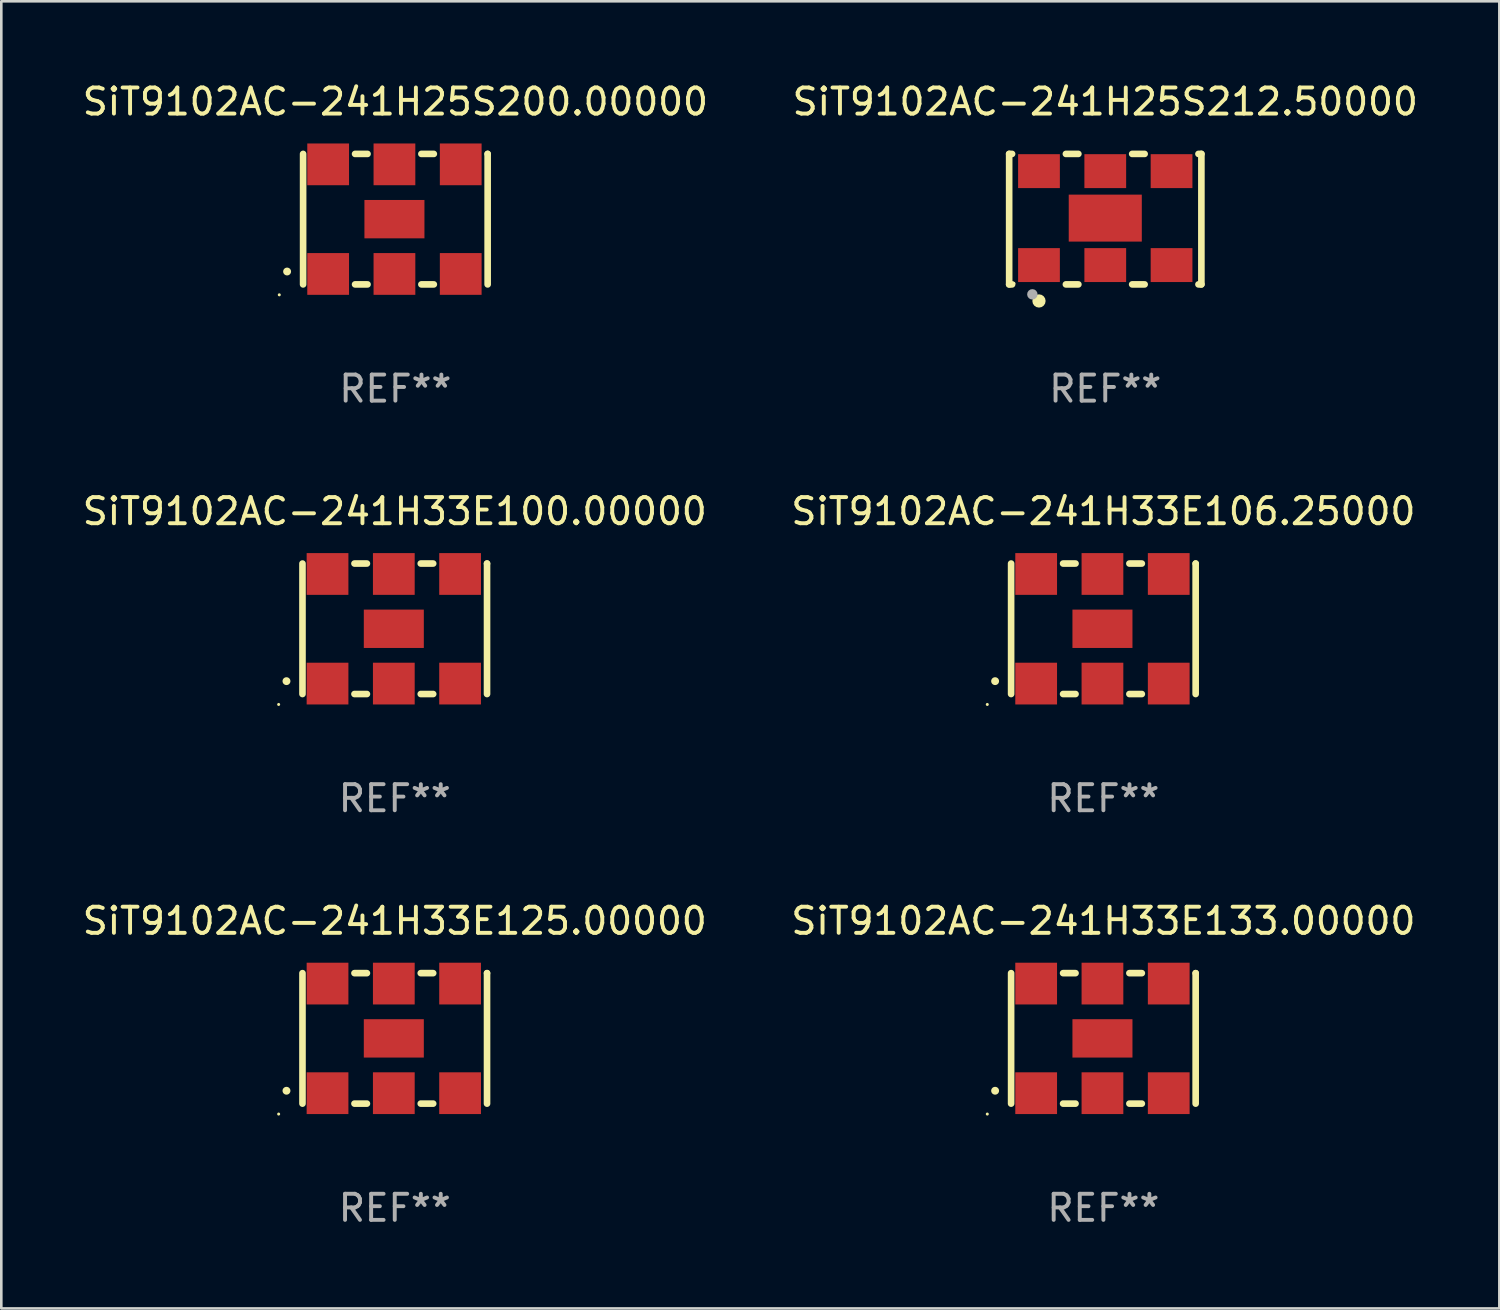
<source format=kicad_pcb>
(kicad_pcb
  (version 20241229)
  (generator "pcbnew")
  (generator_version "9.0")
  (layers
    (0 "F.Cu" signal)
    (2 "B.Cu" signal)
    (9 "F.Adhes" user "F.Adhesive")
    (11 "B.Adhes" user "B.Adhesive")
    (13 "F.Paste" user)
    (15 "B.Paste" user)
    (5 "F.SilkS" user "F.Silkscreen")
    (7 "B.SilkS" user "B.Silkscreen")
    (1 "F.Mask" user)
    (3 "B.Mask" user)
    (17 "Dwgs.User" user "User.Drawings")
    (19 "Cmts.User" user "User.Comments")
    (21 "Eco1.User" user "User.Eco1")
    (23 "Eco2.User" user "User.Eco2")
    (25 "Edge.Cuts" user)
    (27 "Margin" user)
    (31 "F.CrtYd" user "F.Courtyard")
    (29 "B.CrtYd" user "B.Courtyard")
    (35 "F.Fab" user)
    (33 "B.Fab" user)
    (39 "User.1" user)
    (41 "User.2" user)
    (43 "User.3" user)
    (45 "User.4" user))
  (footprint "SiT9102AC-241H25S212.50000"
    (layer "F.Cu")
    (at 39.304 5.348)
    (property "Reference" "SiT9102AC-241H25S212.50000" (at 0 -4.5 0) (layer "F.SilkS") (effects (font (size 1 1) (thickness 0.15))))
    (attr through_hole)
    (fp_line (start -3.683 -2.5) (end -3.571 -2.5) (stroke (width 0.254) (type solid)) (layer "F.SilkS"))
    (fp_line (start -3.683 2.5) (end -3.683 -2.5) (stroke (width 0.254) (type solid)) (layer "F.SilkS"))
    (fp_line (start -3.683 2.5) (end -3.571 2.5) (stroke (width 0.254) (type solid)) (layer "F.SilkS"))
    (fp_line (start -1.509 -2.5) (end -1.031 -2.5) (stroke (width 0.254) (type solid)) (layer "F.SilkS"))
    (fp_line (start -1.509 2.5) (end -1.031 2.5) (stroke (width 0.254) (type solid)) (layer "F.SilkS"))
    (fp_line (start 1.031 -2.5) (end 1.509 -2.5) (stroke (width 0.254) (type solid)) (layer "F.SilkS"))
    (fp_line (start 1.031 2.5) (end 1.509 2.5) (stroke (width 0.254) (type solid)) (layer "F.SilkS"))
    (fp_line (start 3.571 -2.5) (end 3.683 -2.5) (stroke (width 0.254) (type solid)) (layer "F.SilkS"))
    (fp_line (start 3.571 2.5) (end 3.683 2.5) (stroke (width 0.254) (type solid)) (layer "F.SilkS"))
    (fp_line (start 3.683 2.5) (end 3.683 -2.5) (stroke (width 0.254) (type solid)) (layer "F.SilkS"))
    (fp_circle (center -3.5 2.46) (end -3.47 2.46) (stroke (width 0.06) (type solid)) (fill no) (layer "F.SilkS"))
    (fp_circle (center -2.54 3.135) (end -2.413 3.135) (stroke (width 0.254) (type solid)) (fill no) (layer "F.SilkS"))
    (fp_circle (center -2.794 2.881) (end -2.694 2.881) (stroke (width 0.2) (type solid)) (fill no) (layer "F.Fab"))
    (fp_text user "REF**" (at 0 6.5 0) (layer "F.Fab") (effects (font (size 1 1) (thickness 0.15))))
    (pad "1" smd rect (at -2.54 1.76) (size 1.6 1.3) (layers "F.Cu" "F.Mask" "F.Paste"))
    (pad "2" smd rect (at 0 1.76) (size 1.6 1.3) (layers "F.Cu" "F.Mask" "F.Paste"))
    (pad "3" smd rect (at 2.54 1.76) (size 1.6 1.3) (layers "F.Cu" "F.Mask" "F.Paste"))
    (pad "4" smd rect (at 2.54 -1.84) (size 1.6 1.3) (layers "F.Cu" "F.Mask" "F.Paste"))
    (pad "5" smd rect (at 0 -1.84) (size 1.6 1.3) (layers "F.Cu" "F.Mask" "F.Paste"))
    (pad "6" smd rect (at -2.54 -1.84) (size 1.6 1.3) (layers "F.Cu" "F.Mask" "F.Paste"))
    (pad "7" smd rect (at 0 -0.04) (size 2.8 1.8) (layers "F.Cu" "F.Mask" "F.Paste")))
  (footprint "SiT9102AC-241H33E125.00000"
    (layer "F.Cu")
    (at 12.077 36.741)
    (property "Reference" "SiT9102AC-241H33E125.00000" (at 0 -4.5 0) (layer "F.SilkS") (effects (font (size 1 1) (thickness 0.15))))
    (attr through_hole)
    (fp_line (start -3.536 -2.5) (end -3.536 2.5) (stroke (width 0.254) (type solid)) (layer "F.SilkS"))
    (fp_line (start -1.544 2.5) (end -1.067 2.5) (stroke (width 0.254) (type solid)) (layer "F.SilkS"))
    (fp_line (start -1.067 -2.5) (end -1.544 -2.5) (stroke (width 0.254) (type solid)) (layer "F.SilkS"))
    (fp_line (start 0.996 2.5) (end 1.473 2.5) (stroke (width 0.254) (type solid)) (layer "F.SilkS"))
    (fp_line (start 1.473 -2.5) (end 0.996 -2.5) (stroke (width 0.254) (type solid)) (layer "F.SilkS"))
    (fp_line (start 3.536 -2.5) (end 3.536 -2.5) (stroke (width 0.254) (type solid)) (layer "F.SilkS"))
    (fp_line (start 3.536 2.5) (end 3.536 -2.5) (stroke (width 0.254) (type solid)) (layer "F.SilkS"))
    (fp_arc (start -4.150432 2.006604) (mid -4.149162 2.006599) (end -4.147892 2.006604) (stroke (width 0.3) (type solid)) (layer "F.SilkS"))
    (fp_circle (center -4.449 2.9) (end -4.419 2.9) (stroke (width 0.06) (type solid)) (fill no) (layer "F.SilkS"))
    (fp_text user "REF**" (at 0 6.5 0) (layer "F.Fab") (effects (font (size 1 1) (thickness 0.15))))
    (pad "1" smd rect (at -2.576 2.1) (size 1.6 1.6) (layers "F.Cu" "F.Mask" "F.Paste"))
    (pad "2" smd rect (at -0.036 2.1) (size 1.6 1.6) (layers "F.Cu" "F.Mask" "F.Paste"))
    (pad "3" smd rect (at 2.504 2.1) (size 1.6 1.6) (layers "F.Cu" "F.Mask" "F.Paste"))
    (pad "4" smd rect (at 2.504 -2.1) (size 1.6 1.6) (layers "F.Cu" "F.Mask" "F.Paste"))
    (pad "5" smd rect (at -0.036 -2.1) (size 1.6 1.6) (layers "F.Cu" "F.Mask" "F.Paste"))
    (pad "6" smd rect (at -2.576 -2.1) (size 1.6 1.6) (layers "F.Cu" "F.Mask" "F.Paste"))
    (pad "7" smd rect (at -0.036 0) (size 2.3 1.47) (layers "F.Cu" "F.Mask" "F.Paste")))
  (footprint "SiT9102AC-241H25S200.00000"
    (layer "F.Cu")
    (at 12.101 5.348)
    (property "Reference" "SiT9102AC-241H25S200.00000" (at 0 -4.5 0) (layer "F.SilkS") (effects (font (size 1 1) (thickness 0.15))))
    (attr through_hole)
    (fp_line (start -3.536 -2.5) (end -3.536 2.5) (stroke (width 0.254) (type solid)) (layer "F.SilkS"))
    (fp_line (start -1.544 2.5) (end -1.067 2.5) (stroke (width 0.254) (type solid)) (layer "F.SilkS"))
    (fp_line (start -1.067 -2.5) (end -1.544 -2.5) (stroke (width 0.254) (type solid)) (layer "F.SilkS"))
    (fp_line (start 0.996 2.5) (end 1.473 2.5) (stroke (width 0.254) (type solid)) (layer "F.SilkS"))
    (fp_line (start 1.473 -2.5) (end 0.996 -2.5) (stroke (width 0.254) (type solid)) (layer "F.SilkS"))
    (fp_line (start 3.536 -2.5) (end 3.536 -2.5) (stroke (width 0.254) (type solid)) (layer "F.SilkS"))
    (fp_line (start 3.536 2.5) (end 3.536 -2.5) (stroke (width 0.254) (type solid)) (layer "F.SilkS"))
    (fp_arc (start -4.150432 2.006604) (mid -4.149162 2.006599) (end -4.147892 2.006604) (stroke (width 0.3) (type solid)) (layer "F.SilkS"))
    (fp_circle (center -4.449 2.9) (end -4.419 2.9) (stroke (width 0.06) (type solid)) (fill no) (layer "F.SilkS"))
    (fp_text user "REF**" (at 0 6.5 0) (layer "F.Fab") (effects (font (size 1 1) (thickness 0.15))))
    (pad "1" smd rect (at -2.576 2.1) (size 1.6 1.6) (layers "F.Cu" "F.Mask" "F.Paste"))
    (pad "2" smd rect (at -0.036 2.1) (size 1.6 1.6) (layers "F.Cu" "F.Mask" "F.Paste"))
    (pad "3" smd rect (at 2.504 2.1) (size 1.6 1.6) (layers "F.Cu" "F.Mask" "F.Paste"))
    (pad "4" smd rect (at 2.504 -2.1) (size 1.6 1.6) (layers "F.Cu" "F.Mask" "F.Paste"))
    (pad "5" smd rect (at -0.036 -2.1) (size 1.6 1.6) (layers "F.Cu" "F.Mask" "F.Paste"))
    (pad "6" smd rect (at -2.576 -2.1) (size 1.6 1.6) (layers "F.Cu" "F.Mask" "F.Paste"))
    (pad "7" smd rect (at -0.036 0) (size 2.3 1.47) (layers "F.Cu" "F.Mask" "F.Paste")))
  (footprint "SiT9102AC-241H33E133.00000"
    (layer "F.Cu")
    (at 39.232 36.741)
    (property "Reference" "SiT9102AC-241H33E133.00000" (at 0 -4.5 0) (layer "F.SilkS") (effects (font (size 1 1) (thickness 0.15))))
    (attr through_hole)
    (fp_line (start -3.536 -2.5) (end -3.536 2.5) (stroke (width 0.254) (type solid)) (layer "F.SilkS"))
    (fp_line (start -1.544 2.5) (end -1.067 2.5) (stroke (width 0.254) (type solid)) (layer "F.SilkS"))
    (fp_line (start -1.067 -2.5) (end -1.544 -2.5) (stroke (width 0.254) (type solid)) (layer "F.SilkS"))
    (fp_line (start 0.996 2.5) (end 1.473 2.5) (stroke (width 0.254) (type solid)) (layer "F.SilkS"))
    (fp_line (start 1.473 -2.5) (end 0.996 -2.5) (stroke (width 0.254) (type solid)) (layer "F.SilkS"))
    (fp_line (start 3.536 -2.5) (end 3.536 -2.5) (stroke (width 0.254) (type solid)) (layer "F.SilkS"))
    (fp_line (start 3.536 2.5) (end 3.536 -2.5) (stroke (width 0.254) (type solid)) (layer "F.SilkS"))
    (fp_arc (start -4.150432 2.006604) (mid -4.149162 2.006599) (end -4.147892 2.006604) (stroke (width 0.3) (type solid)) (layer "F.SilkS"))
    (fp_circle (center -4.449 2.9) (end -4.419 2.9) (stroke (width 0.06) (type solid)) (fill no) (layer "F.SilkS"))
    (fp_text user "REF**" (at 0 6.5 0) (layer "F.Fab") (effects (font (size 1 1) (thickness 0.15))))
    (pad "1" smd rect (at -2.576 2.1) (size 1.6 1.6) (layers "F.Cu" "F.Mask" "F.Paste"))
    (pad "2" smd rect (at -0.036 2.1) (size 1.6 1.6) (layers "F.Cu" "F.Mask" "F.Paste"))
    (pad "3" smd rect (at 2.504 2.1) (size 1.6 1.6) (layers "F.Cu" "F.Mask" "F.Paste"))
    (pad "4" smd rect (at 2.504 -2.1) (size 1.6 1.6) (layers "F.Cu" "F.Mask" "F.Paste"))
    (pad "5" smd rect (at -0.036 -2.1) (size 1.6 1.6) (layers "F.Cu" "F.Mask" "F.Paste"))
    (pad "6" smd rect (at -2.576 -2.1) (size 1.6 1.6) (layers "F.Cu" "F.Mask" "F.Paste"))
    (pad "7" smd rect (at -0.036 0) (size 2.3 1.47) (layers "F.Cu" "F.Mask" "F.Paste")))
  (footprint "SiT9102AC-241H33E106.25000"
    (layer "F.Cu")
    (at 39.232 21.045)
    (property "Reference" "SiT9102AC-241H33E106.25000" (at 0 -4.5 0) (layer "F.SilkS") (effects (font (size 1 1) (thickness 0.15))))
    (attr through_hole)
    (fp_line (start -3.536 -2.5) (end -3.536 2.5) (stroke (width 0.254) (type solid)) (layer "F.SilkS"))
    (fp_line (start -1.544 2.5) (end -1.067 2.5) (stroke (width 0.254) (type solid)) (layer "F.SilkS"))
    (fp_line (start -1.067 -2.5) (end -1.544 -2.5) (stroke (width 0.254) (type solid)) (layer "F.SilkS"))
    (fp_line (start 0.996 2.5) (end 1.473 2.5) (stroke (width 0.254) (type solid)) (layer "F.SilkS"))
    (fp_line (start 1.473 -2.5) (end 0.996 -2.5) (stroke (width 0.254) (type solid)) (layer "F.SilkS"))
    (fp_line (start 3.536 -2.5) (end 3.536 -2.5) (stroke (width 0.254) (type solid)) (layer "F.SilkS"))
    (fp_line (start 3.536 2.5) (end 3.536 -2.5) (stroke (width 0.254) (type solid)) (layer "F.SilkS"))
    (fp_arc (start -4.150432 2.006604) (mid -4.149162 2.006599) (end -4.147892 2.006604) (stroke (width 0.3) (type solid)) (layer "F.SilkS"))
    (fp_circle (center -4.449 2.9) (end -4.419 2.9) (stroke (width 0.06) (type solid)) (fill no) (layer "F.SilkS"))
    (fp_text user "REF**" (at 0 6.5 0) (layer "F.Fab") (effects (font (size 1 1) (thickness 0.15))))
    (pad "1" smd rect (at -2.576 2.1) (size 1.6 1.6) (layers "F.Cu" "F.Mask" "F.Paste"))
    (pad "2" smd rect (at -0.036 2.1) (size 1.6 1.6) (layers "F.Cu" "F.Mask" "F.Paste"))
    (pad "3" smd rect (at 2.504 2.1) (size 1.6 1.6) (layers "F.Cu" "F.Mask" "F.Paste"))
    (pad "4" smd rect (at 2.504 -2.1) (size 1.6 1.6) (layers "F.Cu" "F.Mask" "F.Paste"))
    (pad "5" smd rect (at -0.036 -2.1) (size 1.6 1.6) (layers "F.Cu" "F.Mask" "F.Paste"))
    (pad "6" smd rect (at -2.576 -2.1) (size 1.6 1.6) (layers "F.Cu" "F.Mask" "F.Paste"))
    (pad "7" smd rect (at -0.036 0) (size 2.3 1.47) (layers "F.Cu" "F.Mask" "F.Paste")))
  (footprint "SiT9102AC-241H33E100.00000"
    (layer "F.Cu")
    (at 12.077 21.045)
    (property "Reference" "SiT9102AC-241H33E100.00000" (at 0 -4.5 0) (layer "F.SilkS") (effects (font (size 1 1) (thickness 0.15))))
    (attr through_hole)
    (fp_line (start -3.536 -2.5) (end -3.536 2.5) (stroke (width 0.254) (type solid)) (layer "F.SilkS"))
    (fp_line (start -1.544 2.5) (end -1.067 2.5) (stroke (width 0.254) (type solid)) (layer "F.SilkS"))
    (fp_line (start -1.067 -2.5) (end -1.544 -2.5) (stroke (width 0.254) (type solid)) (layer "F.SilkS"))
    (fp_line (start 0.996 2.5) (end 1.473 2.5) (stroke (width 0.254) (type solid)) (layer "F.SilkS"))
    (fp_line (start 1.473 -2.5) (end 0.996 -2.5) (stroke (width 0.254) (type solid)) (layer "F.SilkS"))
    (fp_line (start 3.536 -2.5) (end 3.536 -2.5) (stroke (width 0.254) (type solid)) (layer "F.SilkS"))
    (fp_line (start 3.536 2.5) (end 3.536 -2.5) (stroke (width 0.254) (type solid)) (layer "F.SilkS"))
    (fp_arc (start -4.150432 2.006604) (mid -4.149162 2.006599) (end -4.147892 2.006604) (stroke (width 0.3) (type solid)) (layer "F.SilkS"))
    (fp_circle (center -4.449 2.9) (end -4.419 2.9) (stroke (width 0.06) (type solid)) (fill no) (layer "F.SilkS"))
    (fp_text user "REF**" (at 0 6.5 0) (layer "F.Fab") (effects (font (size 1 1) (thickness 0.15))))
    (pad "1" smd rect (at -2.576 2.1) (size 1.6 1.6) (layers "F.Cu" "F.Mask" "F.Paste"))
    (pad "2" smd rect (at -0.036 2.1) (size 1.6 1.6) (layers "F.Cu" "F.Mask" "F.Paste"))
    (pad "3" smd rect (at 2.504 2.1) (size 1.6 1.6) (layers "F.Cu" "F.Mask" "F.Paste"))
    (pad "4" smd rect (at 2.504 -2.1) (size 1.6 1.6) (layers "F.Cu" "F.Mask" "F.Paste"))
    (pad "5" smd rect (at -0.036 -2.1) (size 1.6 1.6) (layers "F.Cu" "F.Mask" "F.Paste"))
    (pad "6" smd rect (at -2.576 -2.1) (size 1.6 1.6) (layers "F.Cu" "F.Mask" "F.Paste"))
    (pad "7" smd rect (at -0.036 0) (size 2.3 1.47) (layers "F.Cu" "F.Mask" "F.Paste")))
  (gr_rect
    (start -3 -3)
    (end 54.405 47.09)
    (stroke (width 0.1) (type default))
    (fill no)
    (layer "Edge.Cuts")))
</source>
